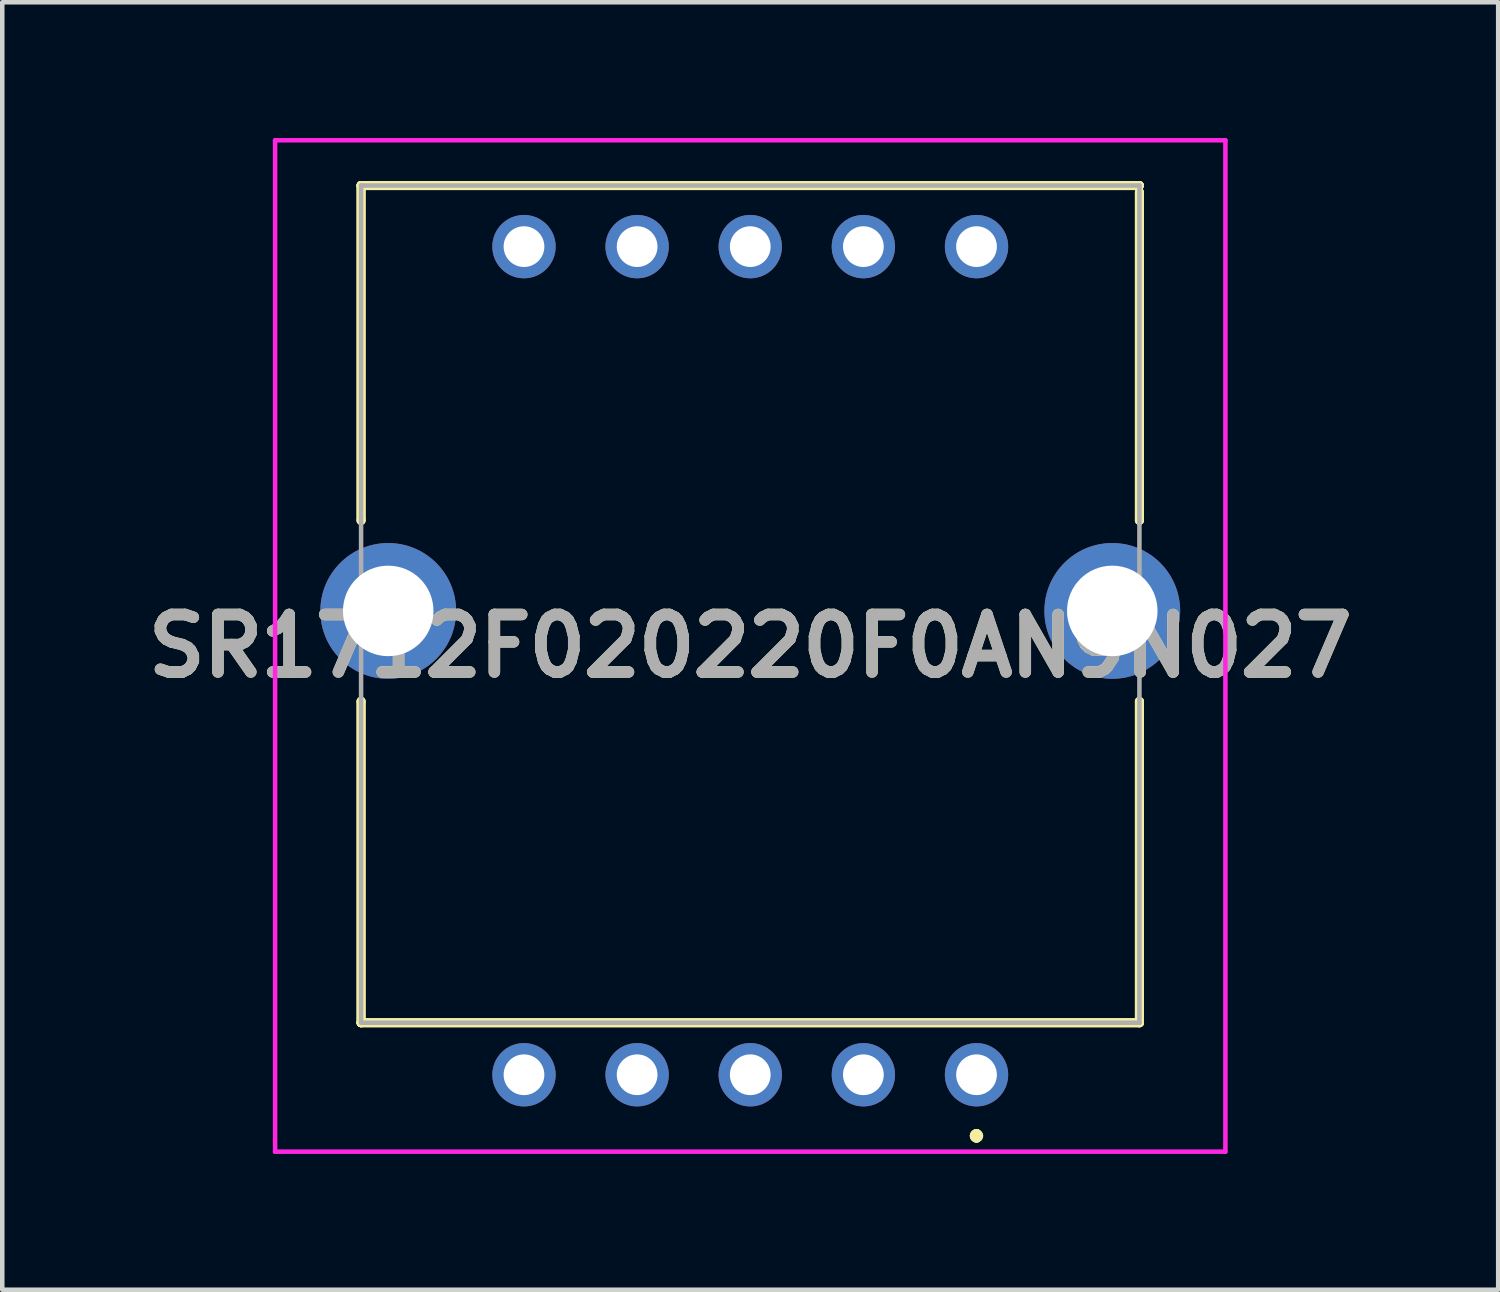
<source format=kicad_pcb>
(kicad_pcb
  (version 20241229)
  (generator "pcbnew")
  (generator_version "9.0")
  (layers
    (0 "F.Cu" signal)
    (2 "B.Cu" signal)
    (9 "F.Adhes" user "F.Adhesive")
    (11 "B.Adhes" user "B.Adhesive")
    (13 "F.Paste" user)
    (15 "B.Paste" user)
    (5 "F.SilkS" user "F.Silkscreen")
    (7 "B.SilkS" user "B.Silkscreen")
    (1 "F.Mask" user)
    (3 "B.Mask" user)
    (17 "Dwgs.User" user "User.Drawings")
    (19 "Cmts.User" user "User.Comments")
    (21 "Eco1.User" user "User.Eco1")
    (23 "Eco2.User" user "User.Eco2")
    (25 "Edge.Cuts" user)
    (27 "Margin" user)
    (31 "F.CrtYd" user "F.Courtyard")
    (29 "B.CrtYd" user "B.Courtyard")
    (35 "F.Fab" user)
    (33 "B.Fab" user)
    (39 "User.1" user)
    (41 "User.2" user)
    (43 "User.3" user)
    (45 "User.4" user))
  (footprint "SR1712F020220F0AN9N027"
    (layer "F.Cu")
    (at 18.529 20.7)
    (property "Reference" "SR1712F020220F0AN9N027" (at -5 -9.475 0) (layer "F.SilkS") (effects (font (size 1.27 1.27) (thickness 0.254))))
    (attr through_hole)
    (fp_line (start -13.6 -19.65) (end -13.6 -19.65) (stroke (width 0.2) (type solid)) (layer "F.SilkS"))
    (fp_line (start -13.6 -19.65) (end -13.6 -19.65) (stroke (width 0.2) (type solid)) (layer "F.SilkS"))
    (fp_line (start -13.6 -19.65) (end -13.6 -12.25) (stroke (width 0.2) (type solid)) (layer "F.SilkS"))
    (fp_line (start -13.6 -19.65) (end 3.6 -19.65) (stroke (width 0.2) (type solid)) (layer "F.SilkS"))
    (fp_line (start -13.6 -12.25) (end -13.6 -19.65) (stroke (width 0.2) (type solid)) (layer "F.SilkS"))
    (fp_line (start -13.6 -12.25) (end -13.6 -12.25) (stroke (width 0.2) (type solid)) (layer "F.SilkS"))
    (fp_line (start -13.6 -8.25) (end -13.6 -8.25) (stroke (width 0.2) (type solid)) (layer "F.SilkS"))
    (fp_line (start -13.6 -8.25) (end -13.6 -1.15) (stroke (width 0.2) (type solid)) (layer "F.SilkS"))
    (fp_line (start -13.6 -1.15) (end -13.6 -8.25) (stroke (width 0.2) (type solid)) (layer "F.SilkS"))
    (fp_line (start -13.6 -1.15) (end -13.6 -1.15) (stroke (width 0.2) (type solid)) (layer "F.SilkS"))
    (fp_line (start -13.6 -1.15) (end -13.6 -1.15) (stroke (width 0.2) (type solid)) (layer "F.SilkS"))
    (fp_line (start -13.6 -1.15) (end 3.6 -1.15) (stroke (width 0.2) (type solid)) (layer "F.SilkS"))
    (fp_line (start 0 1.3) (end 0 1.3) (stroke (width 0.2) (type solid)) (layer "F.SilkS"))
    (fp_line (start 0 1.3) (end 0 1.3) (stroke (width 0.2) (type solid)) (layer "F.SilkS"))
    (fp_line (start 0 1.4) (end 0 1.4) (stroke (width 0.2) (type solid)) (layer "F.SilkS"))
    (fp_line (start 3.6 -19.65) (end -13.6 -19.65) (stroke (width 0.2) (type solid)) (layer "F.SilkS"))
    (fp_line (start 3.6 -19.65) (end 3.6 -19.65) (stroke (width 0.2) (type solid)) (layer "F.SilkS"))
    (fp_line (start 3.6 -19.5) (end 3.6 -19.5) (stroke (width 0.2) (type solid)) (layer "F.SilkS"))
    (fp_line (start 3.6 -19.5) (end 3.6 -12.25) (stroke (width 0.2) (type solid)) (layer "F.SilkS"))
    (fp_line (start 3.6 -12.25) (end 3.6 -19.5) (stroke (width 0.2) (type solid)) (layer "F.SilkS"))
    (fp_line (start 3.6 -12.25) (end 3.6 -12.25) (stroke (width 0.2) (type solid)) (layer "F.SilkS"))
    (fp_line (start 3.6 -8.25) (end 3.6 -8.25) (stroke (width 0.2) (type solid)) (layer "F.SilkS"))
    (fp_line (start 3.6 -8.25) (end 3.6 -1.15) (stroke (width 0.2) (type solid)) (layer "F.SilkS"))
    (fp_line (start 3.6 -1.15) (end -13.6 -1.15) (stroke (width 0.2) (type solid)) (layer "F.SilkS"))
    (fp_line (start 3.6 -1.15) (end 3.6 -8.25) (stroke (width 0.2) (type solid)) (layer "F.SilkS"))
    (fp_line (start 3.6 -1.15) (end 3.6 -1.15) (stroke (width 0.2) (type solid)) (layer "F.SilkS"))
    (fp_line (start 3.6 -1.15) (end 3.6 -1.15) (stroke (width 0.2) (type solid)) (layer "F.SilkS"))
    (fp_arc (start 0 1.3) (mid 0.05 1.35) (end 0 1.4) (stroke (width 0.2) (type solid)) (layer "F.SilkS"))
    (fp_arc (start 0 1.4) (mid -0.05 1.35) (end 0 1.3) (stroke (width 0.2) (type solid)) (layer "F.SilkS"))
    (fp_arc (start 0 1.4) (mid -0.05 1.35) (end 0 1.3) (stroke (width 0.2) (type solid)) (layer "F.SilkS"))
    (fp_line (start -15.5 -20.65) (end 5.5 -20.65) (stroke (width 0.1) (type solid)) (layer "F.CrtYd"))
    (fp_line (start -15.5 1.7) (end -15.5 -20.65) (stroke (width 0.1) (type solid)) (layer "F.CrtYd"))
    (fp_line (start 5.5 -20.65) (end 5.5 1.7) (stroke (width 0.1) (type solid)) (layer "F.CrtYd"))
    (fp_line (start 5.5 1.7) (end -15.5 1.7) (stroke (width 0.1) (type solid)) (layer "F.CrtYd"))
    (fp_line (start -13.6 -19.65) (end -13.6 -1.15) (stroke (width 0.1) (type solid)) (layer "F.Fab"))
    (fp_line (start -13.6 -1.15) (end 3.6 -1.15) (stroke (width 0.1) (type solid)) (layer "F.Fab"))
    (fp_line (start 3.6 -19.65) (end -13.6 -19.65) (stroke (width 0.1) (type solid)) (layer "F.Fab"))
    (fp_line (start 3.6 -1.15) (end 3.6 -19.65) (stroke (width 0.1) (type solid)) (layer "F.Fab"))
    (fp_text user "${REFERENCE}" (at -5 -9.475 0) (layer "F.Fab") (effects (font (size 1.27 1.27) (thickness 0.254))))
    (pad "1" thru_hole circle (at 0 0) (size 1.4 1.4) (drill 0.9) (layers "*.Cu" "*.Mask"))
    (pad "2" thru_hole circle (at -2.5 0) (size 1.4 1.4) (drill 0.9) (layers "*.Cu" "*.Mask"))
    (pad "3" thru_hole circle (at -5 0) (size 1.4 1.4) (drill 0.9) (layers "*.Cu" "*.Mask"))
    (pad "4" thru_hole circle (at -7.5 0) (size 1.4 1.4) (drill 0.9) (layers "*.Cu" "*.Mask"))
    (pad "5" thru_hole circle (at -10 0) (size 1.4 1.4) (drill 0.9) (layers "*.Cu" "*.Mask"))
    (pad "6" thru_hole circle (at -10 -18.3) (size 1.4 1.4) (drill 0.9) (layers "*.Cu" "*.Mask"))
    (pad "7" thru_hole circle (at -7.5 -18.3) (size 1.4 1.4) (drill 0.9) (layers "*.Cu" "*.Mask"))
    (pad "8" thru_hole circle (at -5 -18.3) (size 1.4 1.4) (drill 0.9) (layers "*.Cu" "*.Mask"))
    (pad "9" thru_hole circle (at -2.5 -18.3) (size 1.4 1.4) (drill 0.9) (layers "*.Cu" "*.Mask"))
    (pad "10" thru_hole circle (at 0 -18.3) (size 1.4 1.4) (drill 0.9) (layers "*.Cu" "*.Mask"))
    (pad "MH1" thru_hole circle (at 3 -10.25) (size 3 3) (drill 2) (layers "*.Cu" "*.Mask"))
    (pad "MH2" thru_hole circle (at -13 -10.25) (size 3 3) (drill 2) (layers "*.Cu" "*.Mask")))
  (gr_rect
    (start -3 -3)
    (end 30.057 25.45)
    (stroke (width 0.1) (type default))
    (fill no)
    (layer "Edge.Cuts")))
</source>
